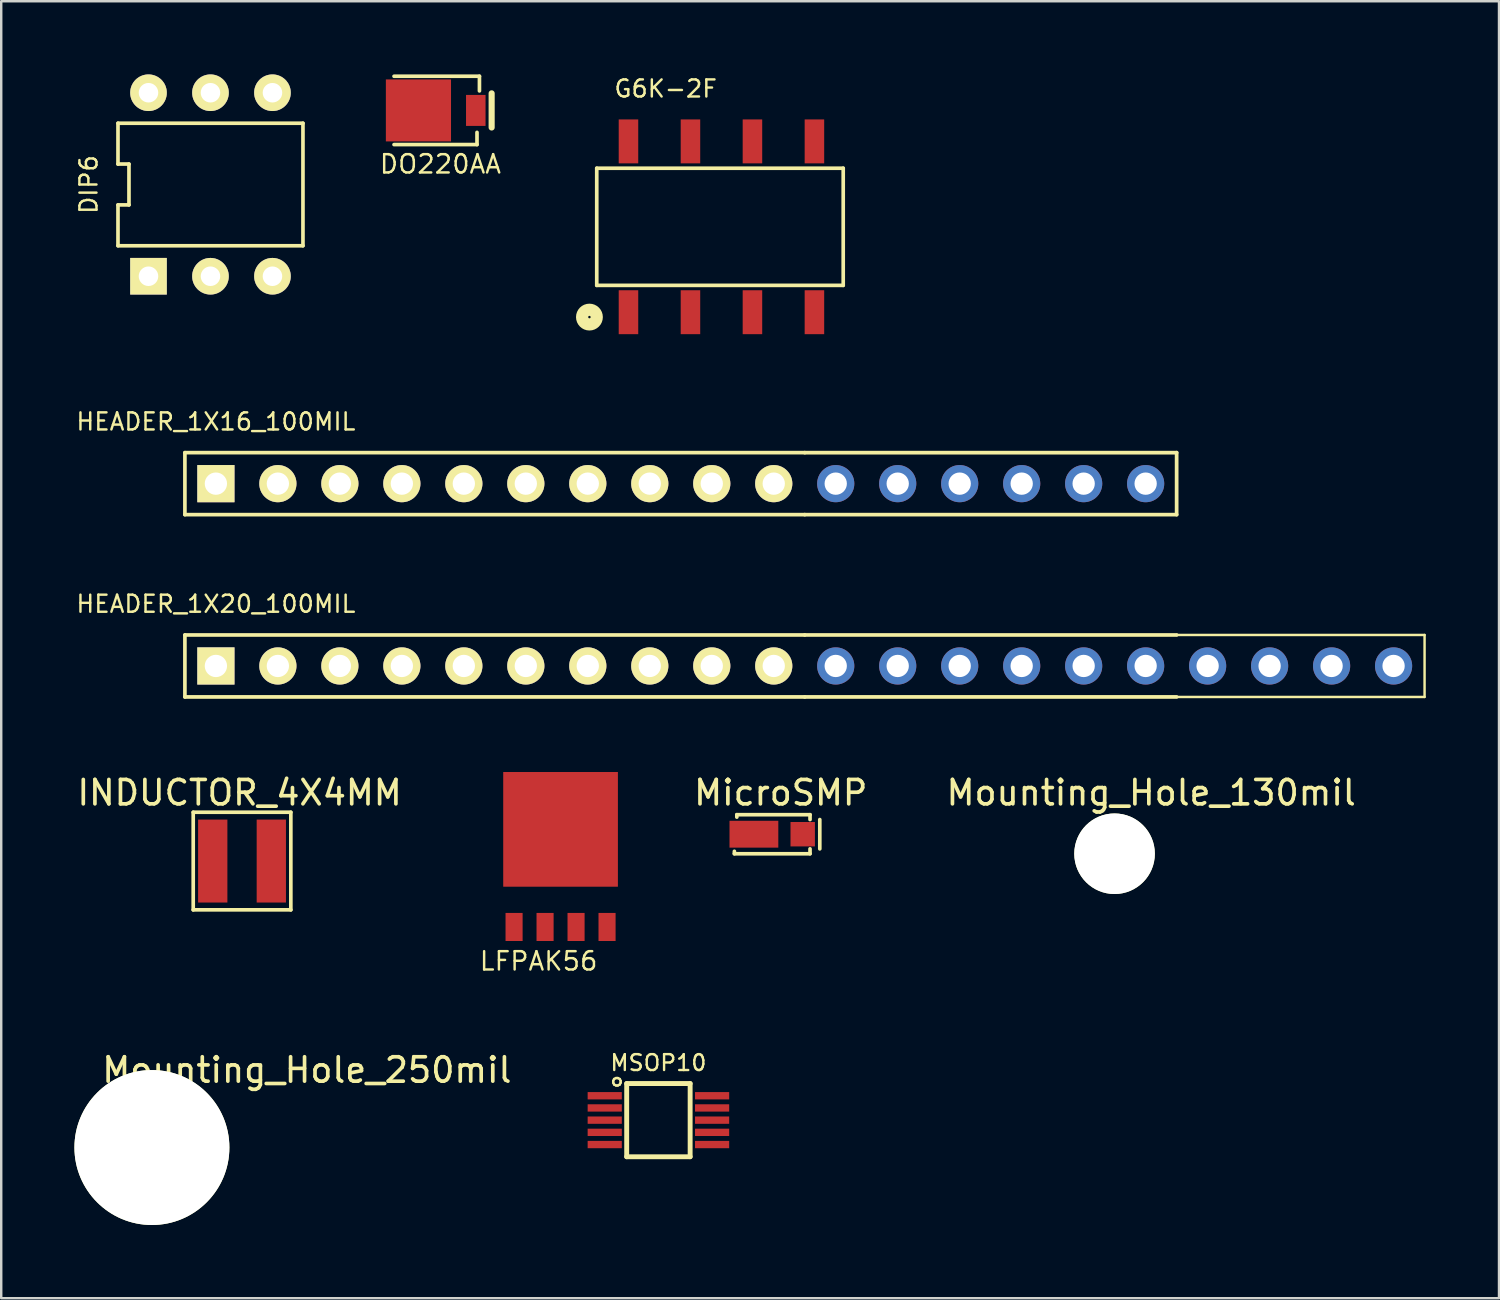
<source format=kicad_pcb>
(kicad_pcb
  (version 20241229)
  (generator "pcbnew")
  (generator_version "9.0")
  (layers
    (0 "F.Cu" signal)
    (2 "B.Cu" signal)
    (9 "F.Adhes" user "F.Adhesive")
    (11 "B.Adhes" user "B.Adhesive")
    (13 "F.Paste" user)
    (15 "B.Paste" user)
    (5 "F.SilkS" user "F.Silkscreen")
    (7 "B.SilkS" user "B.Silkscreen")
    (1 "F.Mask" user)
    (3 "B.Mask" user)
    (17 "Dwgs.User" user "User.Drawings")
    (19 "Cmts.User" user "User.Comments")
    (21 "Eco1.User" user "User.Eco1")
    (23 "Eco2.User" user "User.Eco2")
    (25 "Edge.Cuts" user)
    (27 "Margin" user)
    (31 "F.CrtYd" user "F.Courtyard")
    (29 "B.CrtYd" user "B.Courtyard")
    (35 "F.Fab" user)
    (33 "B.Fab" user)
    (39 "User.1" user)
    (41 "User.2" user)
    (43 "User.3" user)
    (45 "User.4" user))
  (footprint "Mounting_Hole_130mil"
    (layer "F.Cu")
    (at 42.623 31.935)
    (property "Reference" "Mounting_Hole_130mil" (at 1.5 -2.5 0) (layer "F.SilkS") (effects (font (size 1 1) (thickness 0.15))))
    (attr through_hole)
    (pad "" np_thru_hole circle (at 0 0) (size 3.302 3.302) (drill 3.302) (layers "*.Cu" "*.Mask" "F.SilkS")))
  (footprint "G6K-2F"
    (layer "F.Cu")
    (at 22.704 2.744)
    (property "Reference" "G6K-2F" (at 1.524 -2.159 0) (layer "F.SilkS") (effects (font (size 0.7 0.7) (thickness 0.1))))
    (attr through_hole)
    (fp_line (start -1.3 1.1) (end 8.8 1.1) (stroke (width 0.15) (type solid)) (layer "F.SilkS"))
    (fp_line (start -1.3 5.9) (end -1.3 1.1) (stroke (width 0.15) (type solid)) (layer "F.SilkS"))
    (fp_line (start 8.8 1.1) (end 8.8 5.9) (stroke (width 0.15) (type solid)) (layer "F.SilkS"))
    (fp_line (start 8.8 5.9) (end -1.3 5.9) (stroke (width 0.15) (type solid)) (layer "F.SilkS"))
    (fp_circle (center -1.6 7.2) (end -1.3 7.2) (stroke (width 0.5) (type solid)) (fill no) (layer "F.SilkS"))
    (pad "1" smd rect (at 0 7) (size 0.8 1.8) (layers "F.Cu" "F.Mask" "F.Paste"))
    (pad "2" smd rect (at 2.54 7) (size 0.8 1.8) (layers "F.Cu" "F.Mask" "F.Paste"))
    (pad "3" smd rect (at 5.08 7) (size 0.8 1.8) (layers "F.Cu" "F.Mask" "F.Paste"))
    (pad "4" smd rect (at 7.62 7) (size 0.8 1.8) (layers "F.Cu" "F.Mask" "F.Paste"))
    (pad "5" smd rect (at 7.62 0) (size 0.8 1.8) (layers "F.Cu" "F.Mask" "F.Paste"))
    (pad "6" smd rect (at 5.08 0) (size 0.8 1.8) (layers "F.Cu" "F.Mask" "F.Paste"))
    (pad "7" smd rect (at 2.54 0) (size 0.8 1.8) (layers "F.Cu" "F.Mask" "F.Paste"))
    (pad "8" smd rect (at 0 0) (size 0.8 1.8) (layers "F.Cu" "F.Mask" "F.Paste")))
  (footprint "HEADER_1X20_100MIL"
    (layer "F.Cu")
    (at 5.797 24.24)
    (property "Reference" "HEADER_1X20_100MIL" (at 0 -2.54 0) (layer "F.SilkS") (effects (font (size 0.7 0.7) (thickness 0.1))))
    (attr through_hole)
    (fp_line (start -1.27 -1.27) (end 24.13 -1.27) (stroke (width 0.15) (type solid)) (layer "F.SilkS"))
    (fp_line (start -1.27 1.27) (end -1.27 -1.27) (stroke (width 0.15) (type solid)) (layer "F.SilkS"))
    (fp_line (start 24.13 1.27) (end -1.27 1.27) (stroke (width 0.152) (type solid)) (layer "F.SilkS"))
    (fp_line (start 24.13 1.27) (end 39.37 1.27) (stroke (width 0.152) (type solid)) (layer "F.SilkS"))
    (fp_line (start 39.37 -1.27) (end 24.13 -1.27) (stroke (width 0.152) (type solid)) (layer "F.SilkS"))
    (fp_line (start 39.37 -1.27) (end 49.53 -1.27) (stroke (width 0.1) (type solid)) (layer "F.SilkS"))
    (fp_line (start 49.53 -1.27) (end 49.53 1.27) (stroke (width 0.1) (type solid)) (layer "F.SilkS"))
    (fp_line (start 49.53 1.27) (end 39.37 1.27) (stroke (width 0.1) (type solid)) (layer "F.SilkS"))
    (pad "1" thru_hole rect (at 0 0) (size 1.524 1.524) (drill 0.914) (layers "*.Cu" "*.Mask" "F.SilkS"))
    (pad "2" thru_hole circle (at 2.54 0) (size 1.524 1.524) (drill 0.914) (layers "*.Cu" "*.Mask" "F.SilkS"))
    (pad "3" thru_hole circle (at 5.08 0) (size 1.524 1.524) (drill 0.914) (layers "*.Cu" "*.Mask" "F.SilkS"))
    (pad "4" thru_hole circle (at 7.62 0) (size 1.524 1.524) (drill 0.914) (layers "*.Cu" "*.Mask" "F.SilkS"))
    (pad "5" thru_hole circle (at 10.16 0) (size 1.524 1.524) (drill 0.914) (layers "*.Cu" "*.Mask" "F.SilkS"))
    (pad "6" thru_hole circle (at 12.7 0) (size 1.524 1.524) (drill 0.914) (layers "*.Cu" "*.Mask" "F.SilkS"))
    (pad "7" thru_hole circle (at 15.24 0) (size 1.524 1.524) (drill 0.914) (layers "*.Cu" "*.Mask" "F.SilkS"))
    (pad "8" thru_hole circle (at 17.78 0) (size 1.524 1.524) (drill 0.914) (layers "*.Cu" "*.Mask" "F.SilkS"))
    (pad "9" thru_hole circle (at 20.32 0) (size 1.524 1.524) (drill 0.914) (layers "*.Cu" "*.Mask" "F.SilkS"))
    (pad "10" thru_hole circle (at 22.86 0) (size 1.524 1.524) (drill 0.914) (layers "*.Cu" "*.Mask" "F.SilkS"))
    (pad "11" thru_hole circle (at 25.4 0) (size 1.524 1.524) (drill 0.914) (layers "*.Cu" "*.Mask"))
    (pad "12" thru_hole circle (at 27.94 0) (size 1.524 1.524) (drill 0.914) (layers "*.Cu" "*.Mask"))
    (pad "13" thru_hole circle (at 30.48 0) (size 1.524 1.524) (drill 0.914) (layers "*.Cu" "*.Mask"))
    (pad "14" thru_hole circle (at 33.02 0) (size 1.524 1.524) (drill 0.914) (layers "*.Cu" "*.Mask"))
    (pad "15" thru_hole circle (at 35.56 0) (size 1.524 1.524) (drill 0.914) (layers "*.Cu" "*.Mask"))
    (pad "16" thru_hole circle (at 38.1 0) (size 1.524 1.524) (drill 0.914) (layers "*.Cu" "*.Mask"))
    (pad "17" thru_hole circle (at 40.64 0) (size 1.524 1.524) (drill 0.914) (layers "*.Cu" "*.Mask"))
    (pad "18" thru_hole circle (at 43.18 0) (size 1.524 1.524) (drill 0.914) (layers "*.Cu" "*.Mask"))
    (pad "19" thru_hole circle (at 45.72 0) (size 1.524 1.524) (drill 0.914) (layers "*.Cu" "*.Mask"))
    (pad "20" thru_hole circle (at 48.26 0) (size 1.524 1.524) (drill 0.914) (layers "*.Cu" "*.Mask")))
  (footprint "LFPAK56"
    (layer "F.Cu")
    (at 19.921 34.936)
    (property "Reference" "LFPAK56" (at -0.9 1.4 0) (layer "F.SilkS") (effects (font (size 0.75 0.75) (thickness 0.1))))
    (attr through_hole)
    (pad "1" smd rect (at -1.905 0) (size 0.7 1.15) (layers "F.Cu" "F.Mask" "F.Paste"))
    (pad "2" smd rect (at -0.635 0) (size 0.7 1.15) (layers "F.Cu" "F.Mask" "F.Paste"))
    (pad "3" smd rect (at 0.635 0) (size 0.7 1.15) (layers "F.Cu" "F.Mask" "F.Paste"))
    (pad "4" smd rect (at 1.905 0) (size 0.7 1.15) (layers "F.Cu" "F.Mask" "F.Paste"))
    (pad "5" smd rect (at 0 -4) (size 4.7 4.7) (layers "F.Cu" "F.Mask" "F.Paste")))
  (footprint "MSOP10"
    (layer "F.Cu")
    (at 23.931 42.852)
    (property "Reference" "MSOP10" (at 0 -2.35 0) (layer "F.SilkS") (effects (font (size 0.65 0.65) (thickness 0.098))))
    (attr smd)
    (fp_line (start -1.3 -1.5) (end 1.3 -1.5) (stroke (width 0.2) (type solid)) (layer "F.SilkS"))
    (fp_line (start -1.3 1.5) (end -1.3 -1.5) (stroke (width 0.2) (type solid)) (layer "F.SilkS"))
    (fp_line (start 1.3 -1.5) (end 1.3 1.5) (stroke (width 0.2) (type solid)) (layer "F.SilkS"))
    (fp_line (start 1.3 1.5) (end -1.3 1.5) (stroke (width 0.2) (type solid)) (layer "F.SilkS"))
    (fp_text user "○" (at -1.7 -1.6 0) (layer "F.SilkS") (effects (font (size 0.4 0.4) (thickness 0.1))))
    (pad "1" smd rect (at -2.2 -1) (size 1.4 0.3) (layers "F.Cu" "F.Mask" "F.Paste"))
    (pad "2" smd rect (at -2.2 -0.5) (size 1.4 0.3) (layers "F.Cu" "F.Mask" "F.Paste"))
    (pad "3" smd rect (at -2.2 0) (size 1.4 0.3) (layers "F.Cu" "F.Mask" "F.Paste"))
    (pad "4" smd rect (at -2.2 0.5) (size 1.4 0.3) (layers "F.Cu" "F.Mask" "F.Paste"))
    (pad "5" smd rect (at -2.2 1) (size 1.4 0.3) (layers "F.Cu" "F.Mask" "F.Paste"))
    (pad "6" smd rect (at 2.2 1) (size 1.4 0.3) (layers "F.Cu" "F.Mask" "F.Paste"))
    (pad "7" smd rect (at 2.2 0.5) (size 1.4 0.3) (layers "F.Cu" "F.Mask" "F.Paste"))
    (pad "8" smd rect (at 2.2 0) (size 1.4 0.3) (layers "F.Cu" "F.Mask" "F.Paste"))
    (pad "9" smd rect (at 2.2 -0.5) (size 1.4 0.3) (layers "F.Cu" "F.Mask" "F.Paste"))
    (pad "10" smd rect (at 2.2 -1) (size 1.4 0.3) (layers "F.Cu" "F.Mask" "F.Paste")))
  (footprint "Mounting_Hole_250mil"
    (layer "F.Cu")
    (at 3.175 43.974)
    (property "Reference" "Mounting_Hole_250mil" (at 6.35 -3.175 0) (layer "F.SilkS") (effects (font (size 1 1) (thickness 0.15))))
    (attr through_hole)
    (pad "" np_thru_hole circle (at 0 0) (size 6.35 6.35) (drill 6.35) (layers "*.Cu" "*.Mask" "F.SilkS")))
  (footprint "DO220AA"
    (layer "F.Cu")
    (at 14.097 1.475)
    (property "Reference" "DO220AA" (at 0.9 2.2 0) (layer "F.SilkS") (effects (font (size 0.75 0.75) (thickness 0.1))))
    (attr through_hole)
    (fp_line (start -1 -1.4) (end 2.5 -1.4) (stroke (width 0.15) (type solid)) (layer "F.SilkS"))
    (fp_line (start -1 1.4) (end 2.4 1.4) (stroke (width 0.15) (type solid)) (layer "F.SilkS"))
    (fp_line (start 2.4 1.4) (end 2.4 0.9) (stroke (width 0.15) (type solid)) (layer "F.SilkS"))
    (fp_line (start 2.5 -1.4) (end 2.5 -0.8) (stroke (width 0.15) (type solid)) (layer "F.SilkS"))
    (fp_line (start 3 -0.7) (end 3 0.7) (stroke (width 0.25) (type solid)) (layer "F.SilkS"))
    (pad "A" smd rect (at 0 0) (size 2.67 2.54) (layers "F.Cu" "F.Mask" "F.Paste"))
    (pad "K" smd rect (at 2.35 0) (size 0.8 1.27) (layers "F.Cu" "F.Mask" "F.Paste")))
  (footprint "DIP6"
    (layer "F.Cu")
    (at 5.575 4.51)
    (property "Reference" "DIP6" (at -4.99 0 90) (layer "F.SilkS") (effects (font (size 0.7 0.7) (thickness 0.1))))
    (attr through_hole)
    (fp_line (start -3.79 -2.51) (end -3.79 -0.837) (stroke (width 0.15) (type solid)) (layer "F.SilkS"))
    (fp_line (start -3.79 -0.837) (end -3.34 -0.837) (stroke (width 0.15) (type solid)) (layer "F.SilkS"))
    (fp_line (start -3.79 0.837) (end -3.79 2.51) (stroke (width 0.15) (type solid)) (layer "F.SilkS"))
    (fp_line (start -3.79 2.51) (end 3.79 2.51) (stroke (width 0.15) (type solid)) (layer "F.SilkS"))
    (fp_line (start -3.34 -0.837) (end -3.34 0.837) (stroke (width 0.15) (type solid)) (layer "F.SilkS"))
    (fp_line (start -3.34 0.837) (end -3.79 0.837) (stroke (width 0.15) (type solid)) (layer "F.SilkS"))
    (fp_line (start 3.79 -2.51) (end -3.79 -2.51) (stroke (width 0.15) (type solid)) (layer "F.SilkS"))
    (fp_line (start 3.79 2.51) (end 3.79 -2.51) (stroke (width 0.15) (type solid)) (layer "F.SilkS"))
    (pad "1" thru_hole rect (at -2.54 3.76) (size 1.5 1.5) (drill 0.8) (layers "*.Cu" "*.Mask" "F.SilkS"))
    (pad "2" thru_hole circle (at 0 3.76) (size 1.5 1.5) (drill 0.8) (layers "*.Cu" "*.Mask" "F.SilkS"))
    (pad "3" thru_hole circle (at 2.54 3.76) (size 1.5 1.5) (drill 0.8) (layers "*.Cu" "*.Mask" "F.SilkS"))
    (pad "4" thru_hole circle (at 2.54 -3.76) (size 1.5 1.5) (drill 0.8) (layers "*.Cu" "*.Mask" "F.SilkS"))
    (pad "5" thru_hole circle (at 0 -3.76) (size 1.5 1.5) (drill 0.8) (layers "*.Cu" "*.Mask" "F.SilkS"))
    (pad "6" thru_hole circle (at -2.54 -3.76) (size 1.5 1.5) (drill 0.8) (layers "*.Cu" "*.Mask" "F.SilkS")))
  (footprint "MicroSMP"
    (layer "F.Cu")
    (at 27.844 31.135)
    (property "Reference" "MicroSMP" (at 1.1 -1.7 0) (layer "F.SilkS") (effects (font (size 1 1) (thickness 0.15))))
    (attr through_hole)
    (fp_line (start -0.8 0.8) (end -0.8 0.7) (stroke (width 0.15) (type solid)) (layer "F.SilkS"))
    (fp_line (start -0.7 -0.8) (end -0.7 -0.7) (stroke (width 0.15) (type solid)) (layer "F.SilkS"))
    (fp_line (start -0.7 -0.8) (end 2.3 -0.8) (stroke (width 0.15) (type solid)) (layer "F.SilkS"))
    (fp_line (start 2.3 -0.8) (end 2.3 -0.6) (stroke (width 0.15) (type solid)) (layer "F.SilkS"))
    (fp_line (start 2.3 0.6) (end 2.3 0.8) (stroke (width 0.15) (type solid)) (layer "F.SilkS"))
    (fp_line (start 2.3 0.8) (end -0.8 0.8) (stroke (width 0.15) (type solid)) (layer "F.SilkS"))
    (fp_line (start 2.7 -0.6) (end 2.7 0.6) (stroke (width 0.15) (type solid)) (layer "F.SilkS"))
    (pad "A" smd rect (at 0 0) (size 2 1.1) (layers "F.Cu" "F.Mask" "F.Paste"))
    (pad "K" smd rect (at 2 0) (size 1 1) (layers "F.Cu" "F.Mask" "F.Paste")))
  (footprint "HEADER_1X16_100MIL"
    (layer "F.Cu")
    (at 5.797 16.769)
    (property "Reference" "HEADER_1X16_100MIL" (at 0 -2.54 0) (layer "F.SilkS") (effects (font (size 0.7 0.7) (thickness 0.1))))
    (attr through_hole)
    (fp_line (start -1.27 -1.27) (end 24.13 -1.27) (stroke (width 0.15) (type solid)) (layer "F.SilkS"))
    (fp_line (start -1.27 1.27) (end -1.27 -1.27) (stroke (width 0.15) (type solid)) (layer "F.SilkS"))
    (fp_line (start 24.13 1.27) (end -1.27 1.27) (stroke (width 0.152) (type solid)) (layer "F.SilkS"))
    (fp_line (start 24.13 1.27) (end 39.37 1.27) (stroke (width 0.152) (type solid)) (layer "F.SilkS"))
    (fp_line (start 39.37 -1.27) (end 24.13 -1.27) (stroke (width 0.152) (type solid)) (layer "F.SilkS"))
    (fp_line (start 39.37 1.27) (end 39.37 -1.27) (stroke (width 0.152) (type solid)) (layer "F.SilkS"))
    (pad "1" thru_hole rect (at 0 0) (size 1.524 1.524) (drill 0.914) (layers "*.Cu" "*.Mask" "F.SilkS"))
    (pad "2" thru_hole circle (at 2.54 0) (size 1.524 1.524) (drill 0.914) (layers "*.Cu" "*.Mask" "F.SilkS"))
    (pad "3" thru_hole circle (at 5.08 0) (size 1.524 1.524) (drill 0.914) (layers "*.Cu" "*.Mask" "F.SilkS"))
    (pad "4" thru_hole circle (at 7.62 0) (size 1.524 1.524) (drill 0.914) (layers "*.Cu" "*.Mask" "F.SilkS"))
    (pad "5" thru_hole circle (at 10.16 0) (size 1.524 1.524) (drill 0.914) (layers "*.Cu" "*.Mask" "F.SilkS"))
    (pad "6" thru_hole circle (at 12.7 0) (size 1.524 1.524) (drill 0.914) (layers "*.Cu" "*.Mask" "F.SilkS"))
    (pad "7" thru_hole circle (at 15.24 0) (size 1.524 1.524) (drill 0.914) (layers "*.Cu" "*.Mask" "F.SilkS"))
    (pad "8" thru_hole circle (at 17.78 0) (size 1.524 1.524) (drill 0.914) (layers "*.Cu" "*.Mask" "F.SilkS"))
    (pad "9" thru_hole circle (at 20.32 0) (size 1.524 1.524) (drill 0.914) (layers "*.Cu" "*.Mask" "F.SilkS"))
    (pad "10" thru_hole circle (at 22.86 0) (size 1.524 1.524) (drill 0.914) (layers "*.Cu" "*.Mask" "F.SilkS"))
    (pad "11" thru_hole circle (at 25.4 0) (size 1.524 1.524) (drill 0.914) (layers "*.Cu" "*.Mask"))
    (pad "12" thru_hole circle (at 27.94 0) (size 1.524 1.524) (drill 0.914) (layers "*.Cu" "*.Mask"))
    (pad "13" thru_hole circle (at 30.48 0) (size 1.524 1.524) (drill 0.914) (layers "*.Cu" "*.Mask"))
    (pad "14" thru_hole circle (at 33.02 0) (size 1.524 1.524) (drill 0.914) (layers "*.Cu" "*.Mask"))
    (pad "15" thru_hole circle (at 35.56 0) (size 1.524 1.524) (drill 0.914) (layers "*.Cu" "*.Mask"))
    (pad "16" thru_hole circle (at 38.1 0) (size 1.524 1.524) (drill 0.914) (layers "*.Cu" "*.Mask")))
  (footprint "INDUCTOR_4X4MM"
    (layer "F.Cu")
    (at 6.868 32.235)
    (property "Reference" "INDUCTOR_4X4MM" (at -0.1 -2.8 0) (layer "F.SilkS") (effects (font (size 1 1) (thickness 0.15))))
    (attr through_hole)
    (fp_line (start -2 -2) (end 2 -2) (stroke (width 0.15) (type solid)) (layer "F.SilkS"))
    (fp_line (start -2 2) (end -2 -2) (stroke (width 0.15) (type solid)) (layer "F.SilkS"))
    (fp_line (start 2 -2) (end 2 2) (stroke (width 0.15) (type solid)) (layer "F.SilkS"))
    (fp_line (start 2 2) (end -2 2) (stroke (width 0.15) (type solid)) (layer "F.SilkS"))
    (pad "1" smd rect (at -1.2 0) (size 1.2 3.4) (layers "F.Cu" "F.Mask" "F.Paste"))
    (pad "2" smd rect (at 1.2 0) (size 1.2 3.4) (layers "F.Cu" "F.Mask" "F.Paste")))
  (gr_rect
    (start -3 -3)
    (end 58.377 50.149)
    (stroke (width 0.1) (type default))
    (fill no)
    (layer "Edge.Cuts")))
</source>
